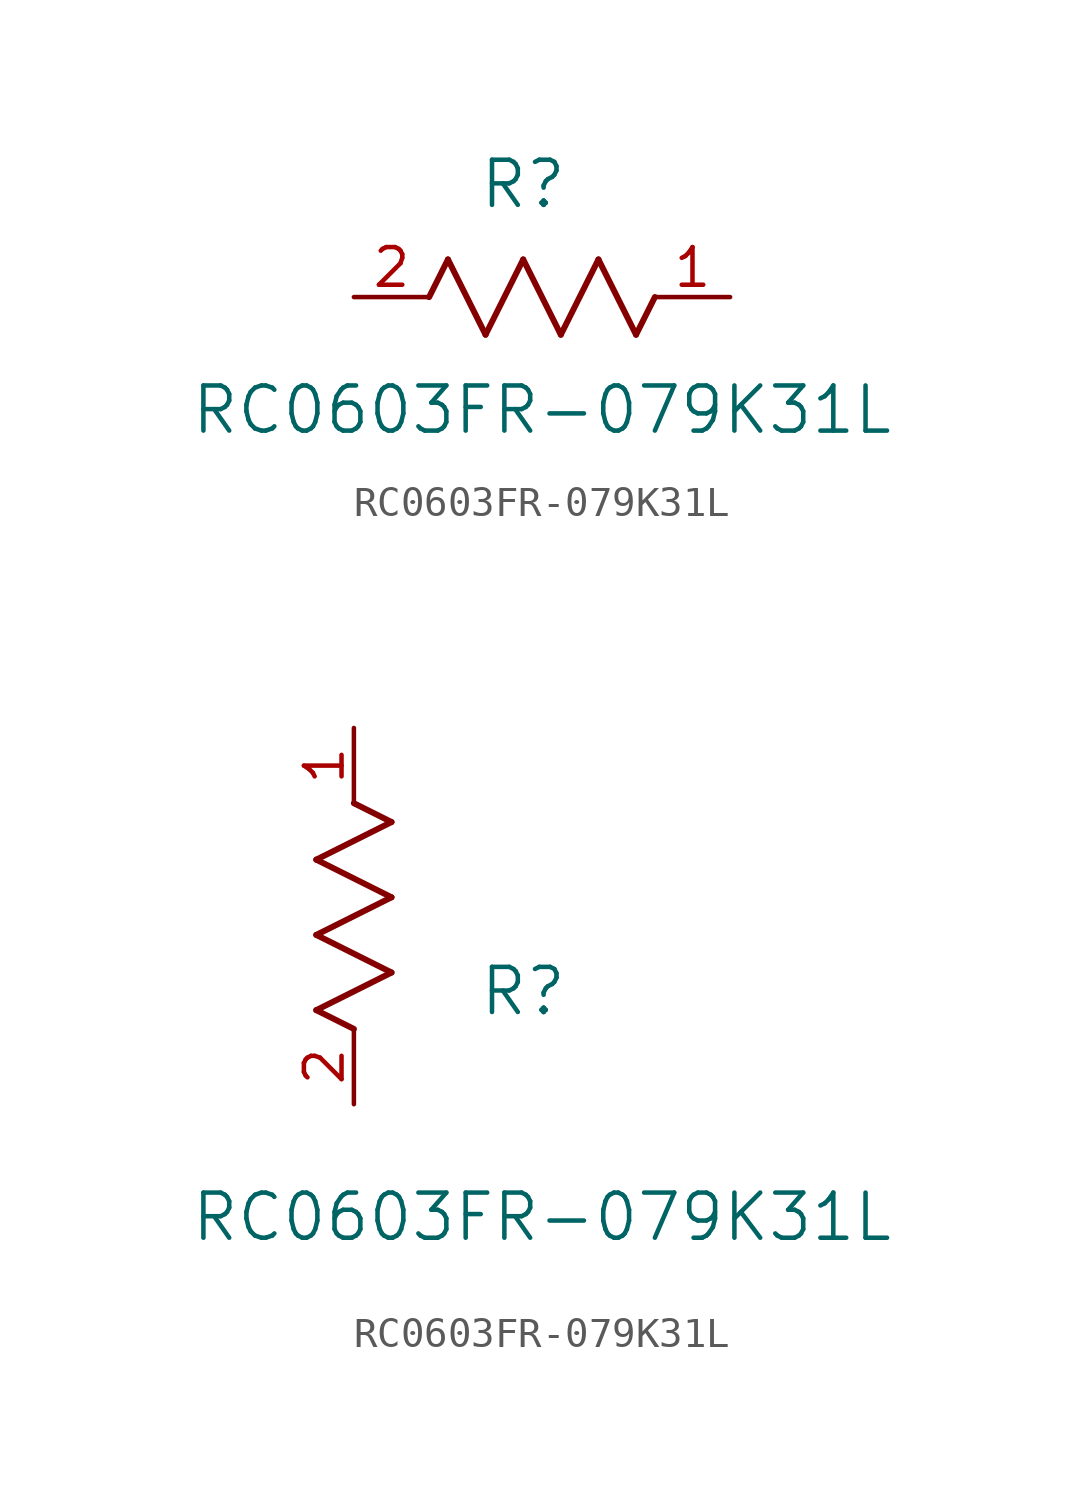
<source format=kicad_sym>
(kicad_symbol_lib
  (version 20211014)
  (generator kicad_symbol_editor)
  (symbol "RC0603FR-079K31L"
    (pin_names
      (offset 0.254))
    (property "Reference" "R"
      (at 5.715 3.81 0)
      (effects (font (size 1.524 1.524))))
    (property "Value" "RC0603FR-079K31L"
      (at 6.35 -3.81 0)
      (effects (font (size 1.524 1.524))))
    (symbol "RC0603FR-079K31L_1_1"
      (polyline (pts (xy 3.175 1.27) (xy 4.445 -1.27)) (stroke (width 0.203) (type default) (color 0 0 0 0)) (fill (type none)))
      (polyline (pts (xy 4.445 -1.27) (xy 5.715 1.27)) (stroke (width 0.203) (type default) (color 0 0 0 0)) (fill (type none)))
      (polyline (pts (xy 5.715 1.27) (xy 6.985 -1.27)) (stroke (width 0.203) (type default) (color 0 0 0 0)) (fill (type none)))
      (polyline (pts (xy 6.985 -1.27) (xy 8.255 1.27)) (stroke (width 0.203) (type default) (color 0 0 0 0)) (fill (type none)))
      (polyline (pts (xy 8.255 1.27) (xy 9.525 -1.27)) (stroke (width 0.203) (type default) (color 0 0 0 0)) (fill (type none)))
      (polyline (pts (xy 2.54 0) (xy 3.175 1.27)) (stroke (width 0.203) (type default) (color 0 0 0 0)) (fill (type none)))
      (polyline (pts (xy 9.525 -1.27) (xy 10.16 0)) (stroke (width 0.203) (type default) (color 0 0 0 0)) (fill (type none)))
      (pin unspecified line (at 12.7 0 180) (length 2.54) (name "" (effects (font (size 1.27 1.27)))) (number "1" (effects (font (size 1.27 1.27)))))
      (pin unspecified line (at 0 0 0) (length 2.54) (name "" (effects (font (size 1.27 1.27)))) (number "2" (effects (font (size 1.27 1.27))))))
    (symbol "RC0603FR-079K31L_1_2"
      (polyline (pts (xy 0 2.54) (xy -1.27 3.175)) (stroke (width 0.203) (type default) (color 0 0 0 0)) (fill (type none)))
      (polyline (pts (xy -1.27 3.175) (xy 1.27 4.445)) (stroke (width 0.203) (type default) (color 0 0 0 0)) (fill (type none)))
      (polyline (pts (xy 1.27 4.445) (xy -1.27 5.715)) (stroke (width 0.203) (type default) (color 0 0 0 0)) (fill (type none)))
      (polyline (pts (xy -1.27 5.715) (xy 1.27 6.985)) (stroke (width 0.203) (type default) (color 0 0 0 0)) (fill (type none)))
      (polyline (pts (xy -1.27 8.255) (xy 1.27 9.525)) (stroke (width 0.203) (type default) (color 0 0 0 0)) (fill (type none)))
      (polyline (pts (xy 1.27 9.525) (xy 0 10.16)) (stroke (width 0.203) (type default) (color 0 0 0 0)) (fill (type none)))
      (polyline (pts (xy 1.27 6.985) (xy -1.27 8.255)) (stroke (width 0.203) (type default) (color 0 0 0 0)) (fill (type none)))
      (pin unspecified line (at 0 12.7 270) (length 2.54) (name "" (effects (font (size 1.27 1.27)))) (number "1" (effects (font (size 1.27 1.27)))))
      (pin unspecified line (at 0 0 90) (length 2.54) (name "" (effects (font (size 1.27 1.27)))) (number "2" (effects (font (size 1.27 1.27))))))))
</source>
